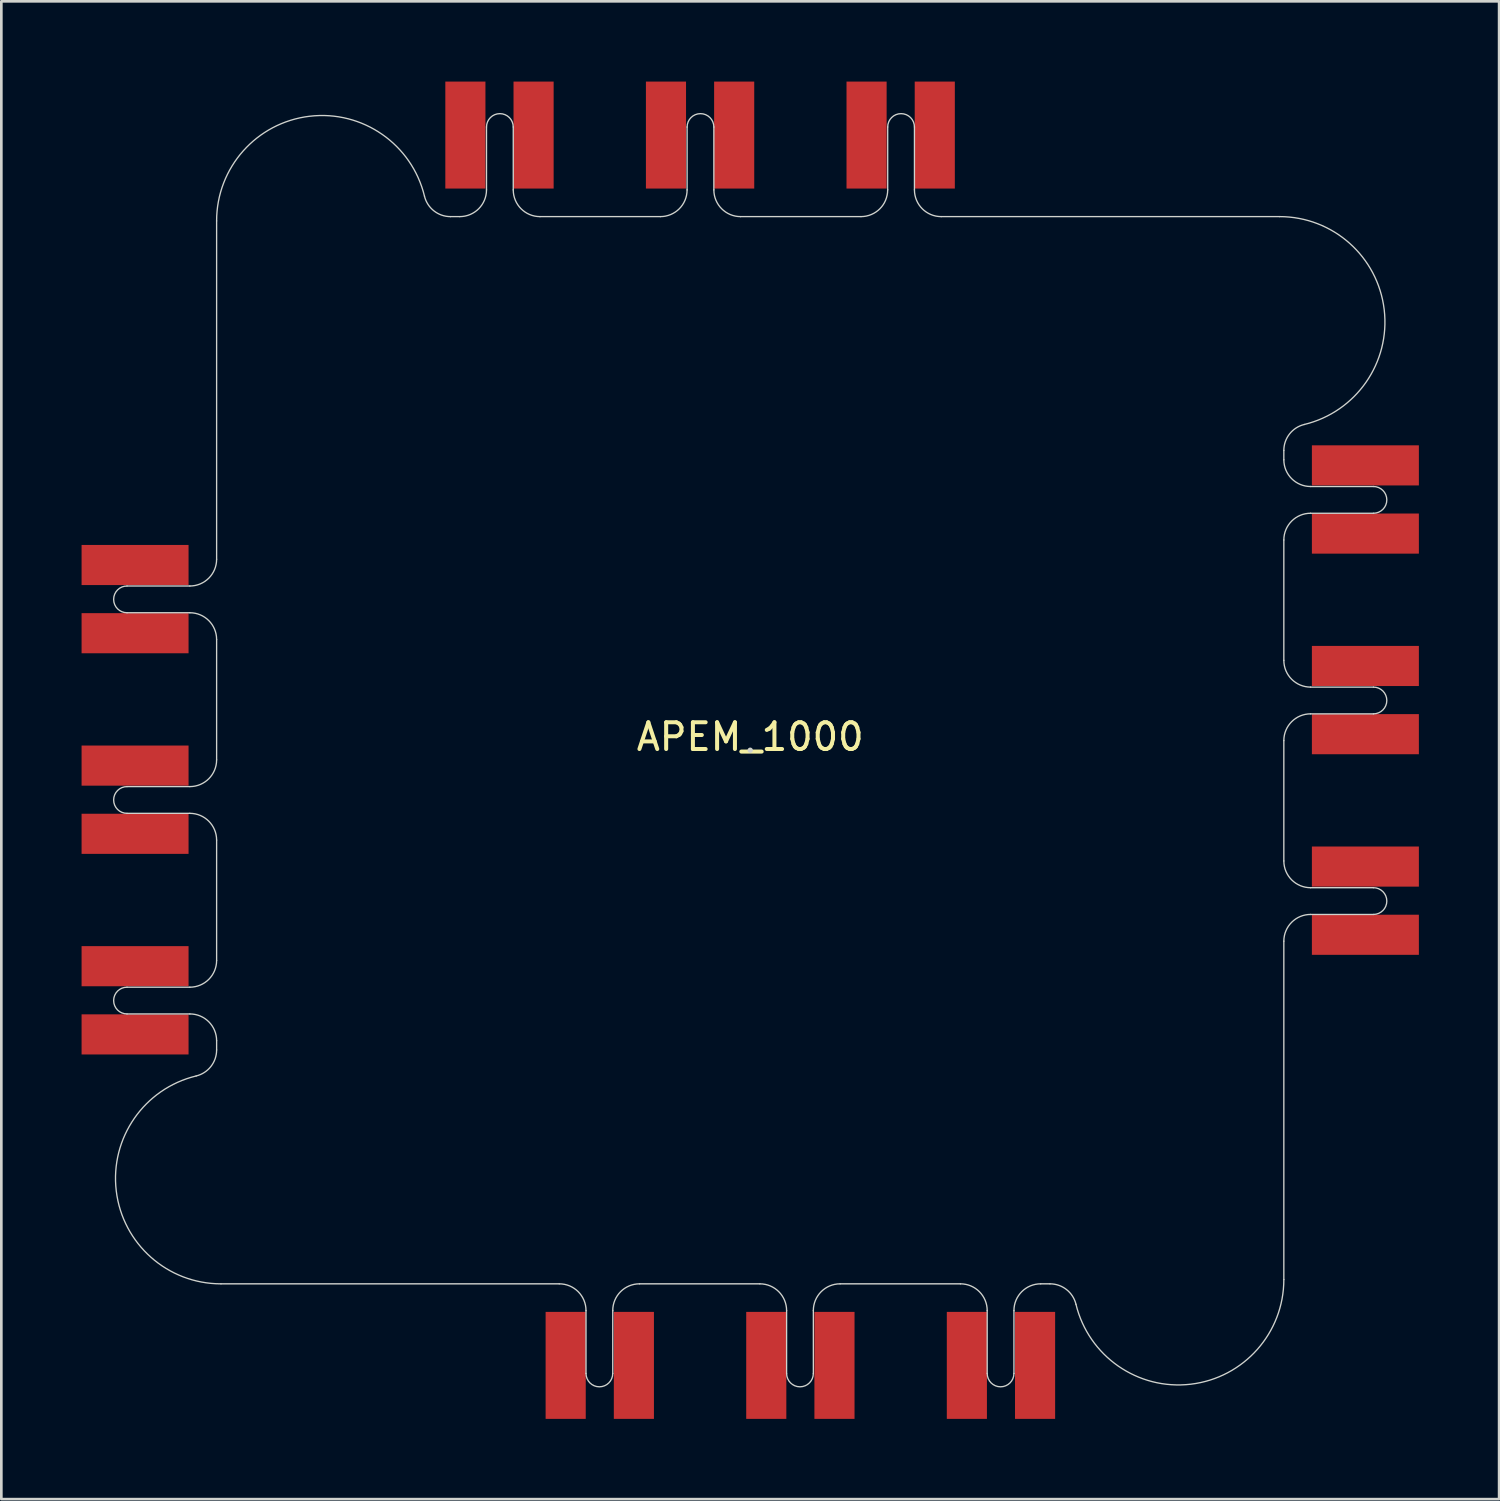
<source format=kicad_pcb>
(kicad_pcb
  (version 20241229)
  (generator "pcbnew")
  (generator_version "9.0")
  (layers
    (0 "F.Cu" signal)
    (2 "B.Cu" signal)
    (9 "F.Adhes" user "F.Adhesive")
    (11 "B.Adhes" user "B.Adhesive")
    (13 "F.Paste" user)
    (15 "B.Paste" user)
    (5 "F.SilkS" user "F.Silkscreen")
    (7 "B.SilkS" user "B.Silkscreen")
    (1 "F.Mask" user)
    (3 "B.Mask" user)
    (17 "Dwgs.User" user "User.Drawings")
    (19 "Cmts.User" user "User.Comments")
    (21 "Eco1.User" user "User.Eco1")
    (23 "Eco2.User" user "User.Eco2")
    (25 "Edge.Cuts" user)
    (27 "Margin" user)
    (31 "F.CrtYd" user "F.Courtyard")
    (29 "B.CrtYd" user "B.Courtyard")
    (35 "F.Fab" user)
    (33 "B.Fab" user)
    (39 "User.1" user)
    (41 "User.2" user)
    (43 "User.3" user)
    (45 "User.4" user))
  (footprint "APEM_1000"
    (layer "F.Cu")
    (at 25 25)
    (property "Reference" "APEM_1000" (at 0 -0.5 0) (unlocked yes) (layer "F.SilkS") (effects (font (size 1 1) (thickness 0.15))))
    (attr smd)
    (fp_line (start -23.301 -6.14) (end -20.951 -6.14) (stroke (width 0.05) (type solid)) (layer "Edge.Cuts"))
    (fp_line (start -23.301 -5.14) (end -20.951 -5.14) (stroke (width 0.05) (type solid)) (layer "Edge.Cuts"))
    (fp_line (start -23.301 1.36) (end -20.951 1.36) (stroke (width 0.05) (type solid)) (layer "Edge.Cuts"))
    (fp_line (start -23.301 2.36) (end -20.951 2.36) (stroke (width 0.05) (type solid)) (layer "Edge.Cuts"))
    (fp_line (start -23.301 8.86) (end -20.951 8.86) (stroke (width 0.05) (type solid)) (layer "Edge.Cuts"))
    (fp_line (start -23.301 9.86) (end -20.951 9.86) (stroke (width 0.05) (type solid)) (layer "Edge.Cuts"))
    (fp_line (start -19.951 -19.79) (end -19.951 -7.14) (stroke (width 0.05) (type solid)) (layer "Edge.Cuts"))
    (fp_line (start -19.951 -4.14) (end -19.951 0.36) (stroke (width 0.05) (type solid)) (layer "Edge.Cuts"))
    (fp_line (start -19.951 3.36) (end -19.951 7.86) (stroke (width 0.05) (type solid)) (layer "Edge.Cuts"))
    (fp_line (start -19.951 10.86) (end -19.951 11.207) (stroke (width 0.05) (type solid)) (layer "Edge.Cuts"))
    (fp_line (start -19.79 19.951) (end -7.14 19.951) (stroke (width 0.05) (type solid)) (layer "Edge.Cuts"))
    (fp_line (start -10.86 -19.951) (end -11.207 -19.951) (stroke (width 0.05) (type solid)) (layer "Edge.Cuts"))
    (fp_line (start -9.86 -23.301) (end -9.86 -20.951) (stroke (width 0.05) (type solid)) (layer "Edge.Cuts"))
    (fp_line (start -8.86 -23.301) (end -8.86 -20.951) (stroke (width 0.05) (type solid)) (layer "Edge.Cuts"))
    (fp_line (start -6.14 23.301) (end -6.14 20.951) (stroke (width 0.05) (type solid)) (layer "Edge.Cuts"))
    (fp_line (start -5.14 23.301) (end -5.14 20.951) (stroke (width 0.05) (type solid)) (layer "Edge.Cuts"))
    (fp_line (start -4.14 19.951) (end 0.36 19.951) (stroke (width 0.05) (type solid)) (layer "Edge.Cuts"))
    (fp_line (start -3.36 -19.951) (end -7.86 -19.951) (stroke (width 0.05) (type solid)) (layer "Edge.Cuts"))
    (fp_line (start -2.36 -23.301) (end -2.36 -20.951) (stroke (width 0.05) (type solid)) (layer "Edge.Cuts"))
    (fp_line (start -1.36 -23.301) (end -1.36 -20.951) (stroke (width 0.05) (type solid)) (layer "Edge.Cuts"))
    (fp_line (start 1.36 23.301) (end 1.36 20.951) (stroke (width 0.05) (type solid)) (layer "Edge.Cuts"))
    (fp_line (start 2.36 23.301) (end 2.36 20.951) (stroke (width 0.05) (type solid)) (layer "Edge.Cuts"))
    (fp_line (start 3.36 19.951) (end 7.86 19.951) (stroke (width 0.05) (type solid)) (layer "Edge.Cuts"))
    (fp_line (start 4.14 -19.951) (end -0.36 -19.951) (stroke (width 0.05) (type solid)) (layer "Edge.Cuts"))
    (fp_line (start 5.14 -23.301) (end 5.14 -20.951) (stroke (width 0.05) (type solid)) (layer "Edge.Cuts"))
    (fp_line (start 6.14 -23.301) (end 6.14 -20.951) (stroke (width 0.05) (type solid)) (layer "Edge.Cuts"))
    (fp_line (start 8.86 23.301) (end 8.86 20.951) (stroke (width 0.05) (type solid)) (layer "Edge.Cuts"))
    (fp_line (start 9.86 23.301) (end 9.86 20.951) (stroke (width 0.05) (type solid)) (layer "Edge.Cuts"))
    (fp_line (start 10.86 19.951) (end 11.207 19.951) (stroke (width 0.05) (type solid)) (layer "Edge.Cuts"))
    (fp_line (start 19.79 -19.951) (end 7.14 -19.951) (stroke (width 0.05) (type solid)) (layer "Edge.Cuts"))
    (fp_line (start 19.951 -10.86) (end 19.951 -11.207) (stroke (width 0.05) (type solid)) (layer "Edge.Cuts"))
    (fp_line (start 19.951 -3.36) (end 19.951 -7.86) (stroke (width 0.05) (type solid)) (layer "Edge.Cuts"))
    (fp_line (start 19.951 4.14) (end 19.951 -0.36) (stroke (width 0.05) (type solid)) (layer "Edge.Cuts"))
    (fp_line (start 19.951 19.79) (end 19.951 7.14) (stroke (width 0.05) (type solid)) (layer "Edge.Cuts"))
    (fp_line (start 23.301 -9.86) (end 20.951 -9.86) (stroke (width 0.05) (type solid)) (layer "Edge.Cuts"))
    (fp_line (start 23.301 -8.86) (end 20.951 -8.86) (stroke (width 0.05) (type solid)) (layer "Edge.Cuts"))
    (fp_line (start 23.301 -2.36) (end 20.951 -2.36) (stroke (width 0.05) (type solid)) (layer "Edge.Cuts"))
    (fp_line (start 23.301 -1.36) (end 20.951 -1.36) (stroke (width 0.05) (type solid)) (layer "Edge.Cuts"))
    (fp_line (start 23.301 5.14) (end 20.951 5.14) (stroke (width 0.05) (type solid)) (layer "Edge.Cuts"))
    (fp_line (start 23.301 6.14) (end 20.951 6.14) (stroke (width 0.05) (type solid)) (layer "Edge.Cuts"))
    (fp_arc (start -23.301098 -5.14) (mid -23.801098 -5.64) (end -23.301098 -6.14) (stroke (width 0.05) (type solid)) (layer "Edge.Cuts"))
    (fp_arc (start -23.301098 2.36) (mid -23.801098 1.86) (end -23.301098 1.36) (stroke (width 0.05) (type solid)) (layer "Edge.Cuts"))
    (fp_arc (start -23.301098 9.859999) (mid -23.801098 9.359999) (end -23.301098 8.859999) (stroke (width 0.05) (type solid)) (layer "Edge.Cuts"))
    (fp_arc (start -20.951098 -5.14) (mid -20.243991 -4.847107) (end -19.951098 -4.14) (stroke (width 0.05) (type solid)) (layer "Edge.Cuts"))
    (fp_arc (start -20.951098 2.36) (mid -20.243991 2.652893) (end -19.951098 3.36) (stroke (width 0.05) (type solid)) (layer "Edge.Cuts"))
    (fp_arc (start -20.951098 9.859999) (mid -20.243992 10.152893) (end -19.951098 10.859999) (stroke (width 0.05) (type solid)) (layer "Edge.Cuts"))
    (fp_arc (start -19.951098 -19.79) (mid -16.476332 -23.703409) (end -12.179263 -20.716109) (stroke (width 0.05) (type solid)) (layer "Edge.Cuts"))
    (fp_arc (start -19.951098 -7.14) (mid -20.243992 -6.432894) (end -20.951098 -6.14) (stroke (width 0.05) (type solid)) (layer "Edge.Cuts"))
    (fp_arc (start -19.951098 0.36) (mid -20.243992 1.067106) (end -20.951098 1.36) (stroke (width 0.05) (type solid)) (layer "Edge.Cuts"))
    (fp_arc (start -19.951098 7.859999) (mid -20.243991 8.567106) (end -20.951098 8.859999) (stroke (width 0.05) (type solid)) (layer "Edge.Cuts"))
    (fp_arc (start -19.951098 11.207262) (mid -20.165291 11.825733) (end -20.716111 12.179261) (stroke (width 0.05) (type solid)) (layer "Edge.Cuts"))
    (fp_arc (start -19.790002 19.951096) (mid -23.703411 16.47633) (end -20.716111 12.179261) (stroke (width 0.05) (type solid)) (layer "Edge.Cuts"))
    (fp_arc (start -11.207264 -19.951096) (mid -11.825735 -20.165289) (end -12.179263 -20.716109) (stroke (width 0.05) (type solid)) (layer "Edge.Cuts"))
    (fp_arc (start -9.860001 -23.301096) (mid -9.360001 -23.801096) (end -8.860001 -23.301096) (stroke (width 0.05) (type solid)) (layer "Edge.Cuts"))
    (fp_arc (start -9.860001 -20.951096) (mid -10.152895 -20.24399) (end -10.860001 -19.951096) (stroke (width 0.05) (type solid)) (layer "Edge.Cuts"))
    (fp_arc (start -7.860001 -19.951096) (mid -8.567108 -20.243989) (end -8.860001 -20.951096) (stroke (width 0.05) (type solid)) (layer "Edge.Cuts"))
    (fp_arc (start -7.140002 19.951096) (mid -6.432896 20.24399) (end -6.140002 20.951096) (stroke (width 0.05) (type solid)) (layer "Edge.Cuts"))
    (fp_arc (start -5.140002 20.951096) (mid -4.847109 20.243989) (end -4.140002 19.951096) (stroke (width 0.05) (type solid)) (layer "Edge.Cuts"))
    (fp_arc (start -5.140002 23.301096) (mid -5.640002 23.801096) (end -6.140002 23.301096) (stroke (width 0.05) (type solid)) (layer "Edge.Cuts"))
    (fp_arc (start -2.360002 -23.301096) (mid -1.860002 -23.801096) (end -1.360002 -23.301096) (stroke (width 0.05) (type solid)) (layer "Edge.Cuts"))
    (fp_arc (start -2.360002 -20.951096) (mid -2.652895 -20.243989) (end -3.360002 -19.951096) (stroke (width 0.05) (type solid)) (layer "Edge.Cuts"))
    (fp_arc (start -0.360002 -19.951096) (mid -1.067108 -20.24399) (end -1.360002 -20.951096) (stroke (width 0.05) (type solid)) (layer "Edge.Cuts"))
    (fp_arc (start 0.359998 19.951096) (mid 1.067104 20.24399) (end 1.359998 20.951096) (stroke (width 0.05) (type solid)) (layer "Edge.Cuts"))
    (fp_arc (start 2.359998 20.951096) (mid 2.652893 20.243992) (end 3.359998 19.951096) (stroke (width 0.05) (type solid)) (layer "Edge.Cuts"))
    (fp_arc (start 2.359998 23.301096) (mid 1.859998 23.801096) (end 1.359998 23.301096) (stroke (width 0.05) (type solid)) (layer "Edge.Cuts"))
    (fp_arc (start 5.139998 -23.301096) (mid 5.639998 -23.801096) (end 6.139998 -23.301096) (stroke (width 0.05) (type solid)) (layer "Edge.Cuts"))
    (fp_arc (start 5.139998 -20.951096) (mid 4.847103 -20.243992) (end 4.139998 -19.951096) (stroke (width 0.05) (type solid)) (layer "Edge.Cuts"))
    (fp_arc (start 7.139998 -19.951096) (mid 6.43289 -20.243989) (end 6.139998 -20.951096) (stroke (width 0.05) (type solid)) (layer "Edge.Cuts"))
    (fp_arc (start 7.859997 19.951096) (mid 8.567106 20.243989) (end 8.859997 20.951096) (stroke (width 0.05) (type solid)) (layer "Edge.Cuts"))
    (fp_arc (start 9.859997 20.951096) (mid 10.152892 20.243991) (end 10.859997 19.951096) (stroke (width 0.05) (type solid)) (layer "Edge.Cuts"))
    (fp_arc (start 9.859997 23.301096) (mid 9.359997 23.801096) (end 8.859997 23.301096) (stroke (width 0.05) (type solid)) (layer "Edge.Cuts"))
    (fp_arc (start 11.20726 19.951096) (mid 11.825731 20.165289) (end 12.179259 20.716109) (stroke (width 0.05) (type solid)) (layer "Edge.Cuts"))
    (fp_arc (start 19.789998 -19.951096) (mid 23.703407 -16.47633) (end 20.716107 -12.179261) (stroke (width 0.05) (type solid)) (layer "Edge.Cuts"))
    (fp_arc (start 19.951094 -11.207262) (mid 20.165272 -11.825754) (end 20.716107 -12.179261) (stroke (width 0.05) (type solid)) (layer "Edge.Cuts"))
    (fp_arc (start 19.951094 -7.859999) (mid 20.243987 -8.567108) (end 20.951094 -8.859999) (stroke (width 0.05) (type solid)) (layer "Edge.Cuts"))
    (fp_arc (start 19.951094 -0.36) (mid 20.243987 -1.067108) (end 20.951094 -1.36) (stroke (width 0.05) (type solid)) (layer "Edge.Cuts"))
    (fp_arc (start 19.951094 7.14) (mid 20.243987 6.432892) (end 20.951094 6.14) (stroke (width 0.05) (type solid)) (layer "Edge.Cuts"))
    (fp_arc (start 19.951094 19.79) (mid 16.476328 23.703409) (end 12.179259 20.716109) (stroke (width 0.05) (type solid)) (layer "Edge.Cuts"))
    (fp_arc (start 20.951094 -9.859999) (mid 20.243989 -10.152894) (end 19.951094 -10.859999) (stroke (width 0.05) (type solid)) (layer "Edge.Cuts"))
    (fp_arc (start 20.951094 -2.36) (mid 20.24399 -2.652895) (end 19.951094 -3.36) (stroke (width 0.05) (type solid)) (layer "Edge.Cuts"))
    (fp_arc (start 20.951094 5.14) (mid 20.24399 4.847105) (end 19.951094 4.14) (stroke (width 0.05) (type solid)) (layer "Edge.Cuts"))
    (fp_arc (start 23.301094 -9.859999) (mid 23.801097 -9.36) (end 23.301094 -8.859999) (stroke (width 0.05) (type solid)) (layer "Edge.Cuts"))
    (fp_arc (start 23.301094 -2.36) (mid 23.801098 -1.86) (end 23.301094 -1.36) (stroke (width 0.05) (type solid)) (layer "Edge.Cuts"))
    (fp_arc (start 23.301094 5.14) (mid 23.801098 5.64) (end 23.301094 6.14) (stroke (width 0.05) (type solid)) (layer "Edge.Cuts"))
    (fp_circle (center -0.000002 0) (end 0.1 0) (stroke (width 0.0001) (type solid)) (fill yes) (layer "Edge.Cuts"))
    (pad "1" smd rect (at -10.65 -23) (size 1.5 4) (layers "F.Cu" "F.Mask" "F.Paste"))
    (pad "1" smd rect (at -8.1 -23) (size 1.5 4) (layers "F.Cu" "F.Mask" "F.Paste"))
    (pad "2" smd rect (at -3.15 -23) (size 1.5 4) (layers "F.Cu" "F.Mask" "F.Paste"))
    (pad "2" smd rect (at -0.6 -23) (size 1.5 4) (layers "F.Cu" "F.Mask" "F.Paste"))
    (pad "3" smd rect (at 4.35 -23) (size 1.5 4) (layers "F.Cu" "F.Mask" "F.Paste"))
    (pad "3" smd rect (at 6.9 -23) (size 1.5 4) (layers "F.Cu" "F.Mask" "F.Paste"))
    (pad "4" smd rect (at 23 -10.65 270) (size 1.5 4) (layers "F.Cu" "F.Mask" "F.Paste"))
    (pad "4" smd rect (at 23 -8.1 270) (size 1.5 4) (layers "F.Cu" "F.Mask" "F.Paste"))
    (pad "5" smd rect (at 23 -3.15 270) (size 1.5 4) (layers "F.Cu" "F.Mask" "F.Paste"))
    (pad "5" smd rect (at 23 -0.6 270) (size 1.5 4) (layers "F.Cu" "F.Mask" "F.Paste"))
    (pad "6" smd rect (at 23 4.35 270) (size 1.5 4) (layers "F.Cu" "F.Mask" "F.Paste"))
    (pad "6" smd rect (at 23 6.9 270) (size 1.5 4) (layers "F.Cu" "F.Mask" "F.Paste"))
    (pad "7" smd rect (at 8.1 23) (size 1.5 4) (layers "F.Cu" "F.Mask" "F.Paste"))
    (pad "7" smd rect (at 10.65 23) (size 1.5 4) (layers "F.Cu" "F.Mask" "F.Paste"))
    (pad "8" smd rect (at 0.6 23) (size 1.5 4) (layers "F.Cu" "F.Mask" "F.Paste"))
    (pad "8" smd rect (at 3.15 23) (size 1.5 4) (layers "F.Cu" "F.Mask" "F.Paste"))
    (pad "9" smd rect (at -6.9 23) (size 1.5 4) (layers "F.Cu" "F.Mask" "F.Paste"))
    (pad "9" smd rect (at -4.35 23) (size 1.5 4) (layers "F.Cu" "F.Mask" "F.Paste"))
    (pad "10" smd rect (at -23 8.075 270) (size 1.5 4) (layers "F.Cu" "F.Mask" "F.Paste"))
    (pad "10" smd rect (at -23 10.625 270) (size 1.5 4) (layers "F.Cu" "F.Mask" "F.Paste"))
    (pad "11" smd rect (at -23 0.575 270) (size 1.5 4) (layers "F.Cu" "F.Mask" "F.Paste"))
    (pad "11" smd rect (at -23 3.125 270) (size 1.5 4) (layers "F.Cu" "F.Mask" "F.Paste"))
    (pad "12" smd rect (at -23 -6.925 270) (size 1.5 4) (layers "F.Cu" "F.Mask" "F.Paste"))
    (pad "12" smd rect (at -23 -4.375 270) (size 1.5 4) (layers "F.Cu" "F.Mask" "F.Paste")))
  (gr_rect
    (start -3 -3)
    (end 53 53)
    (stroke (width 0.1) (type default))
    (fill no)
    (layer "Edge.Cuts")))
</source>
